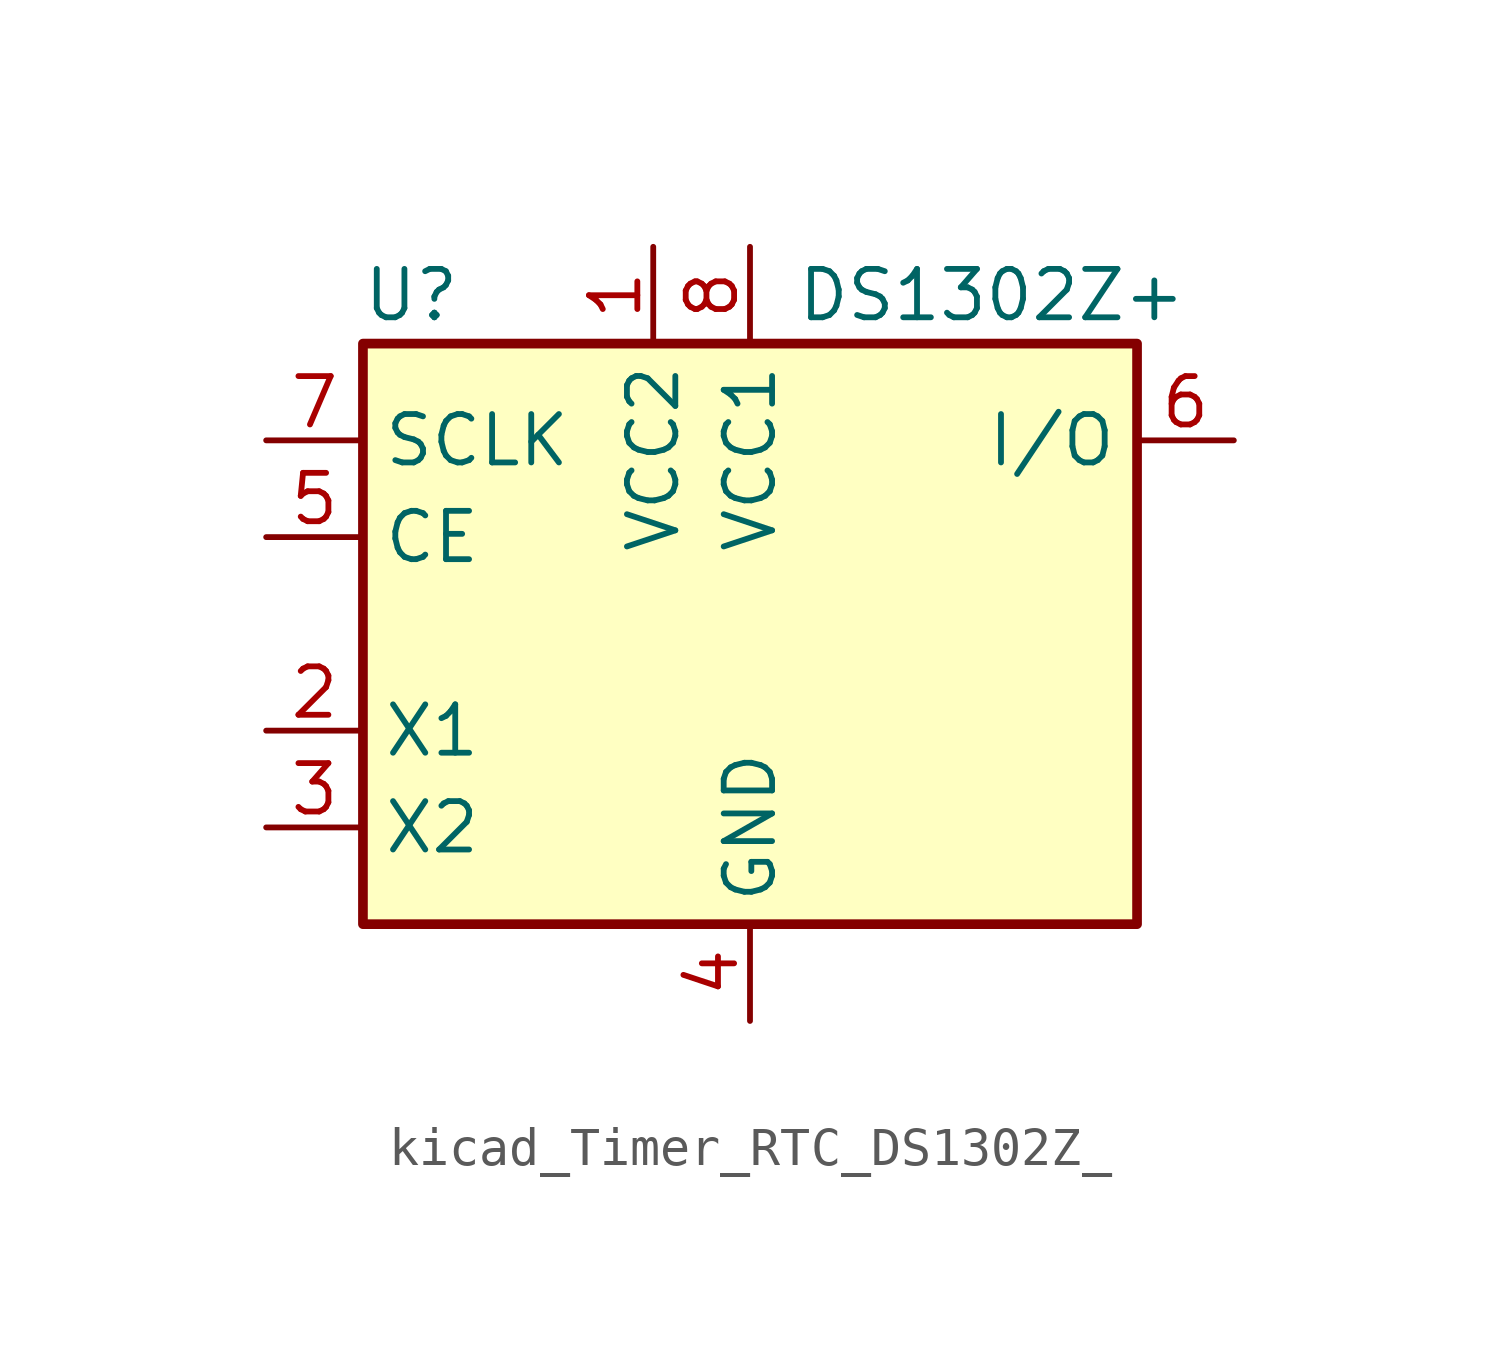
<source format=kicad_sym>
(kicad_symbol_lib
  (version 20220914)
  (generator kicad_symbol_editor)
  (symbol "kicad_Timer_RTC_DS1302Z_"
    (property "Reference" "U"
      (at -8.89 8.89 0)
      (effects (font (size 1.27 1.27))))
    (property "Value" "DS1302Z+"
      (at 6.35 8.89 0)
      (effects (font (size 1.27 1.27))))
    (symbol "kicad_Timer_RTC_DS1302Z__1_1"
      (rectangle (start -10.16 7.62) (end 10.16 -7.62) (stroke (width 0.254) (type default)) (fill (type background)))
      (pin power_in line (at -2.54 10.16 270) (length 2.54) (name "VCC2" (effects (font (size 1.27 1.27)))) (number "1" (effects (font (size 1.27 1.27)))))
      (pin input line (at -12.7 -2.54 0) (length 2.54) (name "X1" (effects (font (size 1.27 1.27)))) (number "2" (effects (font (size 1.27 1.27)))))
      (pin input line (at -12.7 -5.08 0) (length 2.54) (name "X2" (effects (font (size 1.27 1.27)))) (number "3" (effects (font (size 1.27 1.27)))))
      (pin power_in line (at 0 -10.16 90) (length 2.54) (name "GND" (effects (font (size 1.27 1.27)))) (number "4" (effects (font (size 1.27 1.27)))))
      (pin input line (at -12.7 2.54 0) (length 2.54) (name "CE" (effects (font (size 1.27 1.27)))) (number "5" (effects (font (size 1.27 1.27)))))
      (pin bidirectional line (at 12.7 5.08 180) (length 2.54) (name "I/O" (effects (font (size 1.27 1.27)))) (number "6" (effects (font (size 1.27 1.27)))))
      (pin input line (at -12.7 5.08 0) (length 2.54) (name "SCLK" (effects (font (size 1.27 1.27)))) (number "7" (effects (font (size 1.27 1.27)))))
      (pin power_in line (at 0 10.16 270) (length 2.54) (name "VCC1" (effects (font (size 1.27 1.27)))) (number "8" (effects (font (size 1.27 1.27))))))))
</source>
